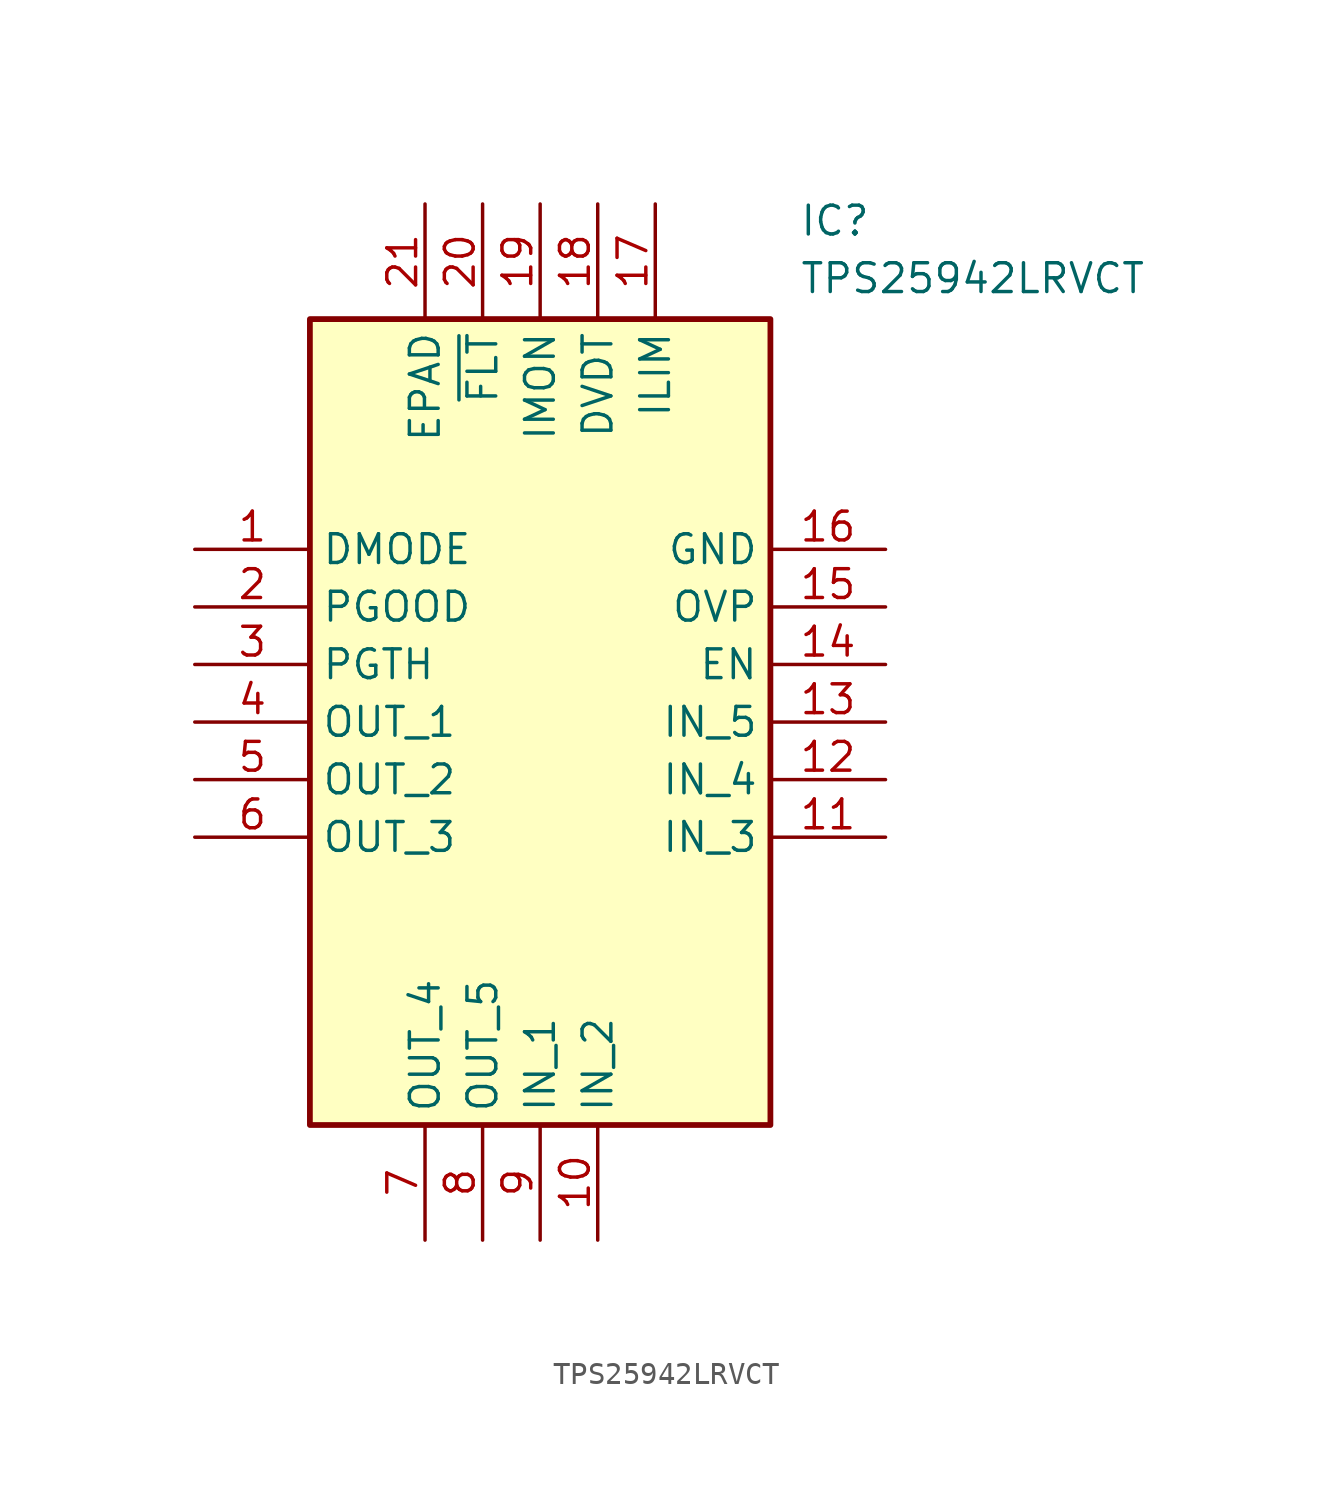
<source format=kicad_sym>
(kicad_symbol_lib
  (version 20211014)
  (generator SamacSys_ECAD_Model)
  (symbol "TPS25942LRVCT"
    (property "Reference" "IC"
      (at 26.67 15.24 0)
      (effects (font (size 1.27 1.27)) (justify left top)))
    (property "Value" "TPS25942LRVCT"
      (at 26.67 12.7 0)
      (effects (font (size 1.27 1.27)) (justify left top)))
    (rectangle
      (start 5.08 10.16)
      (end 25.4 -25.4)
      (stroke (width 0.254) (type default))
      (fill (type background)))
    (pin passive line
      (at 0 0 0)
      (length 5.08)
      (name "DMODE" (effects (font (size 1.27 1.27))))
      (number "1" (effects (font (size 1.27 1.27)))))
    (pin passive line
      (at 0 -2.54 0)
      (length 5.08)
      (name "PGOOD" (effects (font (size 1.27 1.27))))
      (number "2" (effects (font (size 1.27 1.27)))))
    (pin passive line
      (at 0 -5.08 0)
      (length 5.08)
      (name "PGTH" (effects (font (size 1.27 1.27))))
      (number "3" (effects (font (size 1.27 1.27)))))
    (pin passive line
      (at 0 -7.62 0)
      (length 5.08)
      (name "OUT_1" (effects (font (size 1.27 1.27))))
      (number "4" (effects (font (size 1.27 1.27)))))
    (pin passive line
      (at 0 -10.16 0)
      (length 5.08)
      (name "OUT_2" (effects (font (size 1.27 1.27))))
      (number "5" (effects (font (size 1.27 1.27)))))
    (pin passive line
      (at 0 -12.7 0)
      (length 5.08)
      (name "OUT_3" (effects (font (size 1.27 1.27))))
      (number "6" (effects (font (size 1.27 1.27)))))
    (pin passive line
      (at 10.16 -30.48 90)
      (length 5.08)
      (name "OUT_4" (effects (font (size 1.27 1.27))))
      (number "7" (effects (font (size 1.27 1.27)))))
    (pin passive line
      (at 12.7 -30.48 90)
      (length 5.08)
      (name "OUT_5" (effects (font (size 1.27 1.27))))
      (number "8" (effects (font (size 1.27 1.27)))))
    (pin passive line
      (at 15.24 -30.48 90)
      (length 5.08)
      (name "IN_1" (effects (font (size 1.27 1.27))))
      (number "9" (effects (font (size 1.27 1.27)))))
    (pin passive line
      (at 17.78 -30.48 90)
      (length 5.08)
      (name "IN_2" (effects (font (size 1.27 1.27))))
      (number "10" (effects (font (size 1.27 1.27)))))
    (pin passive line
      (at 30.48 0 180)
      (length 5.08)
      (name "GND" (effects (font (size 1.27 1.27))))
      (number "16" (effects (font (size 1.27 1.27)))))
    (pin passive line
      (at 30.48 -2.54 180)
      (length 5.08)
      (name "OVP" (effects (font (size 1.27 1.27))))
      (number "15" (effects (font (size 1.27 1.27)))))
    (pin passive line
      (at 30.48 -5.08 180)
      (length 5.08)
      (name "EN" (effects (font (size 1.27 1.27))))
      (number "14" (effects (font (size 1.27 1.27)))))
    (pin passive line
      (at 30.48 -7.62 180)
      (length 5.08)
      (name "IN_5" (effects (font (size 1.27 1.27))))
      (number "13" (effects (font (size 1.27 1.27)))))
    (pin passive line
      (at 30.48 -10.16 180)
      (length 5.08)
      (name "IN_4" (effects (font (size 1.27 1.27))))
      (number "12" (effects (font (size 1.27 1.27)))))
    (pin passive line
      (at 30.48 -12.7 180)
      (length 5.08)
      (name "IN_3" (effects (font (size 1.27 1.27))))
      (number "11" (effects (font (size 1.27 1.27)))))
    (pin passive line
      (at 10.16 15.24 270)
      (length 5.08)
      (name "EPAD" (effects (font (size 1.27 1.27))))
      (number "21" (effects (font (size 1.27 1.27)))))
    (pin passive line
      (at 12.7 15.24 270)
      (length 5.08)
      (name "~{FLT}" (effects (font (size 1.27 1.27))))
      (number "20" (effects (font (size 1.27 1.27)))))
    (pin passive line
      (at 15.24 15.24 270)
      (length 5.08)
      (name "IMON" (effects (font (size 1.27 1.27))))
      (number "19" (effects (font (size 1.27 1.27)))))
    (pin passive line
      (at 17.78 15.24 270)
      (length 5.08)
      (name "DVDT" (effects (font (size 1.27 1.27))))
      (number "18" (effects (font (size 1.27 1.27)))))
    (pin passive line
      (at 20.32 15.24 270)
      (length 5.08)
      (name "ILIM" (effects (font (size 1.27 1.27))))
      (number "17" (effects (font (size 1.27 1.27)))))))
</source>
